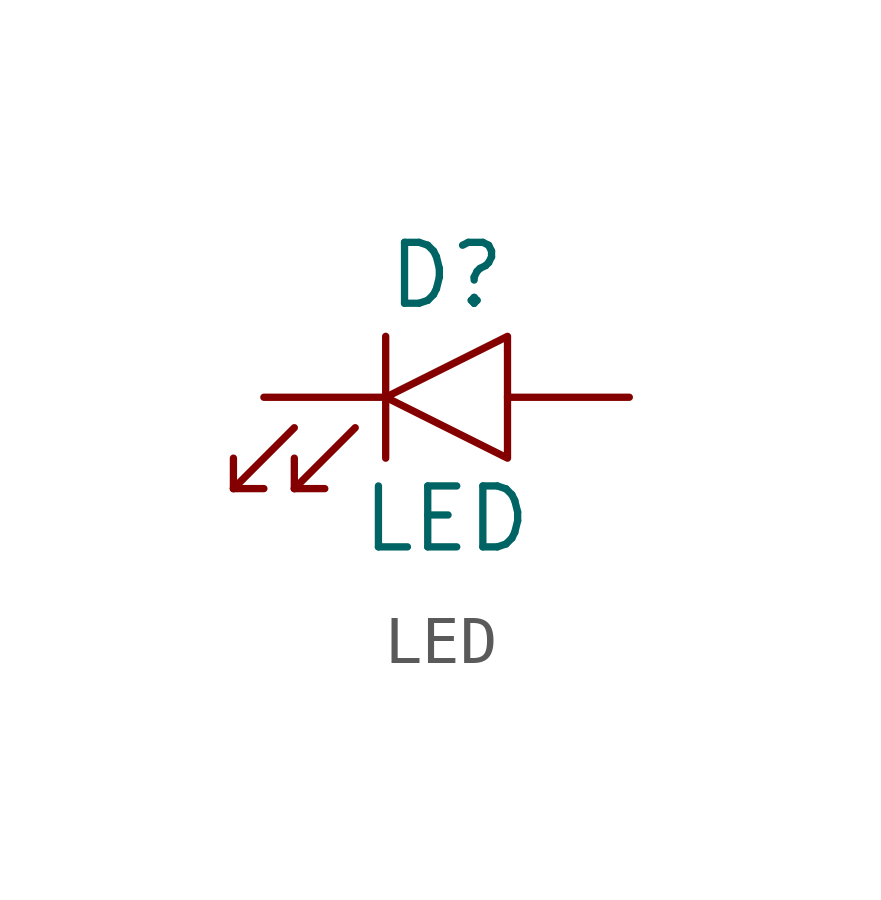
<source format=kicad_sym>
(kicad_symbol_lib
  (version 20220914)
  (generator kicad_symbol_editor)
  (symbol "LED"
    (pin_numbers hide)
    (pin_names
      (offset 1.016))
    (property "Reference" "D"
      (at 0 2.54 0)
      (effects (font (size 1.27 1.27))))
    (property "Value" "LED"
      (at 0 -2.54 0)
      (effects (font (size 1.27 1.27))))
    (symbol "LED_0_1"
      (polyline (pts (xy -4.445 -1.905) (xy -4.445 -1.27)) (stroke (width 0) (type solid)) (fill (type none)))
      (polyline (pts (xy -4.445 -1.905) (xy -3.81 -1.905)) (stroke (width 0) (type solid)) (fill (type none)))
      (polyline (pts (xy -3.175 -1.905) (xy -3.175 -1.27)) (stroke (width 0) (type solid)) (fill (type none)))
      (polyline (pts (xy -3.175 -1.905) (xy -2.54 -1.905)) (stroke (width 0) (type solid)) (fill (type none)))
      (polyline (pts (xy -3.175 -0.635) (xy -4.445 -1.905)) (stroke (width 0) (type solid)) (fill (type none)))
      (polyline (pts (xy -1.905 -0.635) (xy -3.175 -1.905)) (stroke (width 0) (type solid)) (fill (type none)))
      (polyline (pts (xy -1.27 1.27) (xy -1.27 -1.27)) (stroke (width 0) (type solid)) (fill (type none)))
      (polyline (pts (xy -1.27 0) (xy 1.27 1.27) (xy 1.27 -1.27) (xy -1.27 0)) (stroke (width 0) (type solid)) (fill (type none))))
    (symbol "LED_1_1"
      (pin passive line (at -3.81 0 0) (length 2.54) (name "~" (effects (font (size 1.27 1.27)))) (number "1" (effects (font (size 1.27 1.27)))))
      (pin passive line (at 3.81 0 180) (length 2.54) (name "~" (effects (font (size 1.27 1.27)))) (number "2" (effects (font (size 1.27 1.27))))))))
</source>
